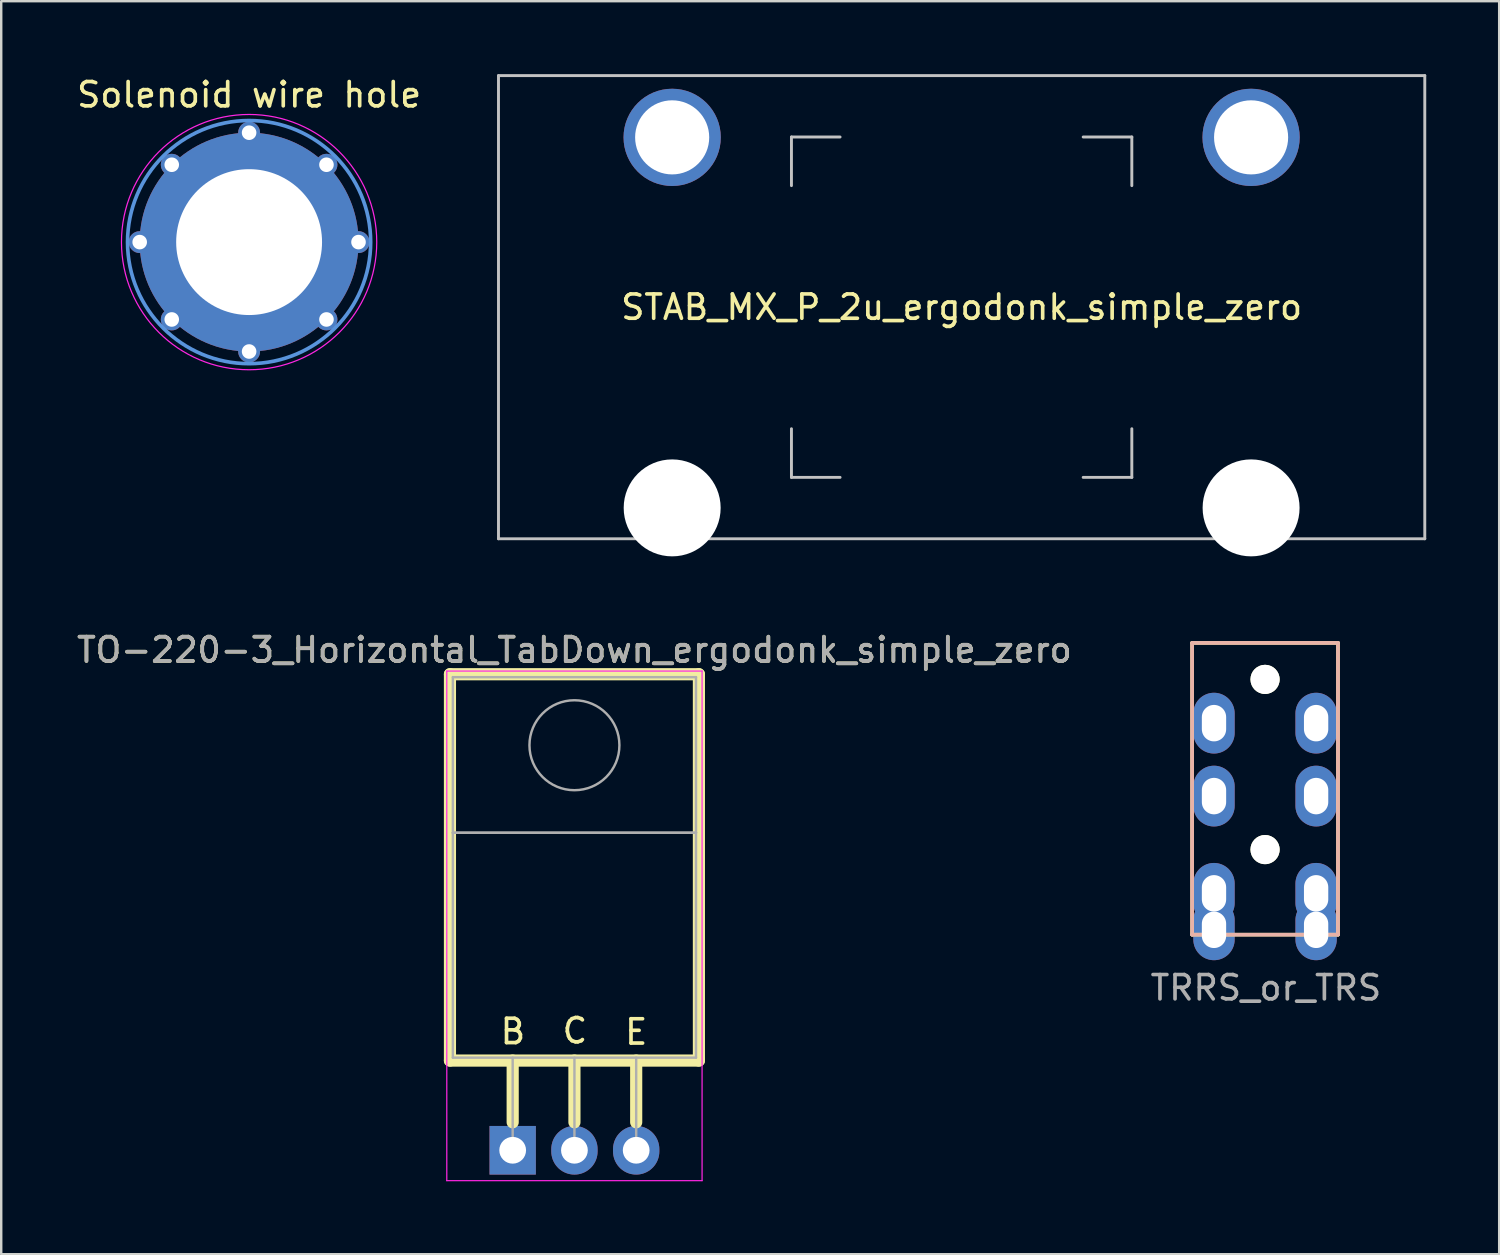
<source format=kicad_pcb>
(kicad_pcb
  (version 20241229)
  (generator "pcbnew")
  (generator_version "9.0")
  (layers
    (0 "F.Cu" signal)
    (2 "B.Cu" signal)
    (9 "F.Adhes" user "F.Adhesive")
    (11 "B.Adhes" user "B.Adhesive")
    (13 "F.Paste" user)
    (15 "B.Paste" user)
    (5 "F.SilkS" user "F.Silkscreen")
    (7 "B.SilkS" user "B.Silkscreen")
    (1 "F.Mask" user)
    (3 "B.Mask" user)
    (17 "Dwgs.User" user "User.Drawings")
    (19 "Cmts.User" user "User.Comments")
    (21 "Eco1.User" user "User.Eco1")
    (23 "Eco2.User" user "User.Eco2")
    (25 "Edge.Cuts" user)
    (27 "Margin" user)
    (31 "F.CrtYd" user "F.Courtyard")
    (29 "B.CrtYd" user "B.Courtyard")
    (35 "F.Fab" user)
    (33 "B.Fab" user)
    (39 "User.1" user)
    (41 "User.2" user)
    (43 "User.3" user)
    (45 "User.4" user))
  (footprint "TRRS_or_TRS"
    (layer "F.Cu")
    (at 48.958 29.639)
    (property "Reference" "TRRS_or_TRS" (at 0.06 7.94 0) (layer "F.Fab") (effects (font (size 1 1) (thickness 0.15))))
    (attr through_hole)
    (fp_line (start -2.975 -6.245) (end -2.975 5.755) (stroke (width 0.15) (type solid)) (layer "F.SilkS"))
    (fp_line (start -2.975 5.755) (end 3.025 5.755) (stroke (width 0.15) (type solid)) (layer "F.SilkS"))
    (fp_line (start 3.025 -6.245) (end -2.975 -6.245) (stroke (width 0.15) (type solid)) (layer "F.SilkS"))
    (fp_line (start 3.025 5.755) (end 3.025 -6.245) (stroke (width 0.15) (type solid)) (layer "F.SilkS"))
    (fp_line (start -2.975 -6.245) (end 3.025 -6.245) (stroke (width 0.15) (type solid)) (layer "B.SilkS"))
    (fp_line (start -2.975 5.755) (end -2.975 -6.245) (stroke (width 0.15) (type solid)) (layer "B.SilkS"))
    (fp_line (start -2.975 5.755) (end 3.025 5.755) (stroke (width 0.15) (type solid)) (layer "B.SilkS"))
    (fp_line (start 3.025 -6.245) (end 3.025 5.755) (stroke (width 0.15) (type solid)) (layer "B.SilkS"))
    (fp_rect (start -3.525 -6.745) (end 3.525 6.255) (stroke (width 0.12) (type default)) (fill no) (layer "User.4"))
    (pad "" np_thru_hole circle (at 0.025 -4.745) (size 1.2 1.2) (drill 1.2) (layers "*.Cu" "*.Mask" "F.SilkS"))
    (pad "" np_thru_hole circle (at 0.025 2.255) (size 1.2 1.2) (drill 1.2) (layers "*.Cu" "*.Mask" "F.SilkS"))
    (pad "1" thru_hole oval (at -2.075 5.555) (size 1.7 2.5) (drill oval 1 1.5) (layers "*.Cu" "B.Mask"))
    (pad "1" thru_hole oval (at 2.125 5.555) (size 1.7 2.5) (drill oval 1 1.5) (layers "*.Cu" "F.Mask"))
    (pad "2" thru_hole oval (at -2.075 4.055) (size 1.7 2.5) (drill oval 1 1.5) (layers "*.Cu" "F.Mask"))
    (pad "2" thru_hole oval (at 2.125 4.055) (size 1.7 2.5) (drill oval 1 1.5) (layers "*.Cu" "B.Mask"))
    (pad "3" thru_hole oval (at -2.075 0.055) (size 1.7 2.5) (drill oval 1 1.5) (layers "*.Cu" "F.Mask"))
    (pad "3" thru_hole oval (at 2.125 0.055) (size 1.7 2.5) (drill oval 1 1.5) (layers "*.Cu" "B.Mask"))
    (pad "4" thru_hole oval (at -2.075 -2.945) (size 1.7 2.5) (drill oval 1 1.5) (layers "*.Cu" "F.Mask"))
    (pad "4" thru_hole oval (at 2.125 -2.945) (size 1.7 2.5) (drill oval 1 1.5) (layers "*.Cu" "B.Mask")))
  (footprint "STAB_MX_P_2u_ergodonk_simple_zero"
    (layer "F.Cu")
    (at 36.503 9.585)
    (property "Reference" "STAB_MX_P_2u_ergodonk_simple_zero" (at 0 0 0) (layer "F.SilkS") (effects (font (size 1 1) (thickness 0.15))))
    (attr through_hole exclude_from_pos_files exclude_from_bom)
    (fp_line (start -19.05 -9.525) (end -19.05 9.525) (stroke (width 0.12) (type solid)) (layer "Dwgs.User"))
    (fp_line (start -19.05 -9.525) (end 19.05 -9.525) (stroke (width 0.12) (type solid)) (layer "Dwgs.User"))
    (fp_line (start -19.05 9.525) (end 19.05 9.525) (stroke (width 0.12) (type solid)) (layer "Dwgs.User"))
    (fp_line (start -7 -7) (end -5 -7) (stroke (width 0.12) (type solid)) (layer "Dwgs.User"))
    (fp_line (start -7 -5) (end -7 -7) (stroke (width 0.12) (type solid)) (layer "Dwgs.User"))
    (fp_line (start -7 7) (end -7 5) (stroke (width 0.12) (type solid)) (layer "Dwgs.User"))
    (fp_line (start -5 7) (end -7 7) (stroke (width 0.12) (type solid)) (layer "Dwgs.User"))
    (fp_line (start 5 -7) (end 7 -7) (stroke (width 0.12) (type solid)) (layer "Dwgs.User"))
    (fp_line (start 5 7) (end 7 7) (stroke (width 0.12) (type solid)) (layer "Dwgs.User"))
    (fp_line (start 7 -7) (end 7 -5) (stroke (width 0.12) (type solid)) (layer "Dwgs.User"))
    (fp_line (start 7 7) (end 7 5) (stroke (width 0.12) (type solid)) (layer "Dwgs.User"))
    (fp_line (start 19.05 -9.525) (end 19.05 9.525) (stroke (width 0.12) (type solid)) (layer "Dwgs.User"))
    (fp_line (start -15.281 -5.5) (end -15.281 7.5) (stroke (width 0.05) (type solid)) (layer "Eco2.User"))
    (fp_line (start -14.781 -6) (end -9.031 -6) (stroke (width 0.05) (type solid)) (layer "Eco2.User"))
    (fp_line (start -14.781 8) (end -9.031 8) (stroke (width 0.05) (type solid)) (layer "Eco2.User"))
    (fp_line (start -8.531 -5.5) (end -8.531 7.5) (stroke (width 0.05) (type solid)) (layer "Eco2.User"))
    (fp_line (start 8.531 -5.5) (end 8.531 7.5) (stroke (width 0.05) (type solid)) (layer "Eco2.User"))
    (fp_line (start 9.031 -6) (end 14.78 -6) (stroke (width 0.05) (type solid)) (layer "Eco2.User"))
    (fp_line (start 9.031 8) (end 14.781 8) (stroke (width 0.05) (type solid)) (layer "Eco2.User"))
    (fp_line (start 15.28 -5.5) (end 15.281 7.5) (stroke (width 0.05) (type solid)) (layer "Eco2.User"))
    (fp_arc (start -15.28125 -5.499999) (mid -15.134803 -5.853552) (end -14.78125 -5.999999) (stroke (width 0.05) (type solid)) (layer "Eco2.User"))
    (fp_arc (start -14.78125 8.000001) (mid -15.134803 7.853554) (end -15.28125 7.500001) (stroke (width 0.05) (type solid)) (layer "Eco2.User"))
    (fp_arc (start -9.03125 -5.999999) (mid -8.677697 -5.853552) (end -8.53125 -5.499999) (stroke (width 0.05) (type solid)) (layer "Eco2.User"))
    (fp_arc (start -8.53125 7.500001) (mid -8.677697 7.853554) (end -9.03125 8.000001) (stroke (width 0.05) (type solid)) (layer "Eco2.User"))
    (fp_arc (start 8.53125 -5.499999) (mid 8.677697 -5.853552) (end 9.03125 -5.999999) (stroke (width 0.05) (type solid)) (layer "Eco2.User"))
    (fp_arc (start 9.03125 8.000001) (mid 8.677697 7.853554) (end 8.53125 7.500001) (stroke (width 0.05) (type solid)) (layer "Eco2.User"))
    (fp_arc (start 14.780039 -5.999999) (mid 15.133592 -5.853552) (end 15.280039 -5.499999) (stroke (width 0.05) (type solid)) (layer "Eco2.User"))
    (fp_arc (start 15.28125 7.500001) (mid 15.134803 7.853554) (end 14.78125 8.000001) (stroke (width 0.05) (type solid)) (layer "Eco2.User"))
    (pad "" thru_hole circle (at -11.906 -6.985) (size 4 4) (drill 3.048) (layers "*.Cu" "*.Mask"))
    (pad "" np_thru_hole circle (at -11.906 8.255) (size 3.988 3.988) (drill 3.988) (layers "*.Cu" "*.Mask"))
    (pad "" thru_hole circle (at 11.906 -6.985) (size 4 4) (drill 3.048) (layers "*.Cu" "*.Mask"))
    (pad "" np_thru_hole circle (at 11.906 8.255) (size 3.988 3.988) (drill 3.988) (layers "*.Cu" "*.Mask")))
  (footprint "Solenoid wire hole"
    (layer "F.Cu")
    (at 7.196 6.908)
    (property "Reference" "Solenoid wire hole" (at 0 -6.06 0) (unlocked yes) (layer "F.SilkS") (effects (font (size 1 1) (thickness 0.15))))
    (fp_circle (center 0 0) (end 5 0) (stroke (width 0.15) (type solid)) (fill no) (layer "Cmts.User"))
    (fp_circle (center 0 0) (end 5.25 0) (stroke (width 0.05) (type solid)) (fill no) (layer "F.CrtYd"))
    (pad "1" thru_hole circle (at -4.5 0) (size 0.9 0.9) (drill 0.6) (layers "*.Cu" "*.Mask"))
    (pad "1" thru_hole circle (at -3.182 -3.182) (size 0.9 0.9) (drill 0.6) (layers "*.Cu" "*.Mask"))
    (pad "1" thru_hole circle (at -3.182 3.182) (size 0.9 0.9) (drill 0.6) (layers "*.Cu" "*.Mask"))
    (pad "1" thru_hole circle (at 0 -4.5) (size 0.9 0.9) (drill 0.6) (layers "*.Cu" "*.Mask"))
    (pad "1" thru_hole circle (at 0 0) (size 9 9) (drill 6) (layers "*.Cu" "*.Mask"))
    (pad "1" thru_hole circle (at 0 4.5) (size 0.9 0.9) (drill 0.6) (layers "*.Cu" "*.Mask"))
    (pad "1" thru_hole circle (at 3.182 -3.182) (size 0.9 0.9) (drill 0.6) (layers "*.Cu" "*.Mask"))
    (pad "1" thru_hole circle (at 3.182 3.182) (size 0.9 0.9) (drill 0.6) (layers "*.Cu" "*.Mask"))
    (pad "1" thru_hole circle (at 4.5 0) (size 0.9 0.9) (drill 0.6) (layers "*.Cu" "*.Mask")))
  (footprint "TO-220-3_Horizontal_TabDown_ergodonk_simple_zero"
    (layer "F.Cu")
    (at 18.037 44.262)
    (property "Reference" "TO-220-3_Horizontal_TabDown_ergodonk_simple_zero" (at 2.54 -20.58 0) (layer "F.SilkS") (effects (font (size 1 1) (thickness 0.15))))
    (attr through_hole)
    (fp_line (start -2.58 -19.58) (end -2.58 -3.69) (stroke (width 0.5) (type solid)) (layer "F.SilkS"))
    (fp_line (start -2.58 -19.58) (end 7.66 -19.58) (stroke (width 0.5) (type solid)) (layer "F.SilkS"))
    (fp_line (start -2.58 -3.69) (end 7.66 -3.69) (stroke (width 0.5) (type solid)) (layer "F.SilkS"))
    (fp_line (start 0 -3.69) (end 0 -1.15) (stroke (width 0.5) (type solid)) (layer "F.SilkS"))
    (fp_line (start 2.54 -3.69) (end 2.54 -1.15) (stroke (width 0.5) (type solid)) (layer "F.SilkS"))
    (fp_line (start 5.08 -3.69) (end 5.08 -1.15) (stroke (width 0.5) (type solid)) (layer "F.SilkS"))
    (fp_line (start 7.66 -19.58) (end 7.66 -3.69) (stroke (width 0.5) (type solid)) (layer "F.SilkS"))
    (fp_line (start -2.71 -19.71) (end -2.71 1.25) (stroke (width 0.05) (type solid)) (layer "F.CrtYd"))
    (fp_line (start -2.71 1.25) (end 7.79 1.25) (stroke (width 0.05) (type solid)) (layer "F.CrtYd"))
    (fp_line (start 7.79 -19.71) (end -2.71 -19.71) (stroke (width 0.05) (type solid)) (layer "F.CrtYd"))
    (fp_line (start 7.79 1.25) (end 7.79 -19.71) (stroke (width 0.05) (type solid)) (layer "F.CrtYd"))
    (fp_line (start -2.46 -19.46) (end 7.54 -19.46) (stroke (width 0.1) (type solid)) (layer "F.Fab"))
    (fp_line (start -2.46 -13.06) (end -2.46 -19.46) (stroke (width 0.1) (type solid)) (layer "F.Fab"))
    (fp_line (start -2.46 -13.06) (end 7.54 -13.06) (stroke (width 0.1) (type solid)) (layer "F.Fab"))
    (fp_line (start -2.46 -3.81) (end -2.46 -13.06) (stroke (width 0.1) (type solid)) (layer "F.Fab"))
    (fp_line (start 0 -3.81) (end 0 0) (stroke (width 0.1) (type solid)) (layer "F.Fab"))
    (fp_line (start 2.54 -3.81) (end 2.54 0) (stroke (width 0.1) (type solid)) (layer "F.Fab"))
    (fp_line (start 5.08 -3.81) (end 5.08 0) (stroke (width 0.1) (type solid)) (layer "F.Fab"))
    (fp_line (start 7.54 -19.46) (end 7.54 -13.06) (stroke (width 0.1) (type solid)) (layer "F.Fab"))
    (fp_line (start 7.54 -13.06) (end -2.46 -13.06) (stroke (width 0.1) (type solid)) (layer "F.Fab"))
    (fp_line (start 7.54 -13.06) (end 7.54 -3.81) (stroke (width 0.1) (type solid)) (layer "F.Fab"))
    (fp_line (start 7.54 -3.81) (end -2.46 -3.81) (stroke (width 0.1) (type solid)) (layer "F.Fab"))
    (fp_circle (center 2.54 -16.66) (end 4.39 -16.66) (stroke (width 0.1) (type solid)) (fill no) (layer "F.Fab"))
    (fp_text user "E" (at 4.53 -4.28 0) (unlocked yes) (layer "F.SilkS") (effects (font (size 1 1) (thickness 0.15)) (justify left bottom)))
    (fp_text user "B" (at -0.59 -4.3 0) (unlocked yes) (layer "F.SilkS") (effects (font (size 1 1) (thickness 0.15)) (justify left bottom)))
    (fp_text user "C" (at 1.96 -4.33 0) (unlocked yes) (layer "F.SilkS") (effects (font (size 1 1) (thickness 0.15)) (justify left bottom)))
    (fp_text user "${REFERENCE}" (at 2.54 -20.58 0) (layer "F.Fab") (effects (font (size 1 1) (thickness 0.15))))
    (pad "1" thru_hole rect (at 0 0) (size 1.905 2) (drill 1.1) (layers "*.Cu" "*.Mask"))
    (pad "2" thru_hole oval (at 2.54 0) (size 1.905 2) (drill 1.1) (layers "*.Cu" "*.Mask"))
    (pad "3" thru_hole oval (at 5.08 0) (size 1.905 2) (drill 1.1) (layers "*.Cu" "*.Mask")))
  (gr_rect
    (start -3 -3)
    (end 58.613 48.537)
    (stroke (width 0.1) (type default))
    (fill no)
    (layer "Edge.Cuts")))
</source>
